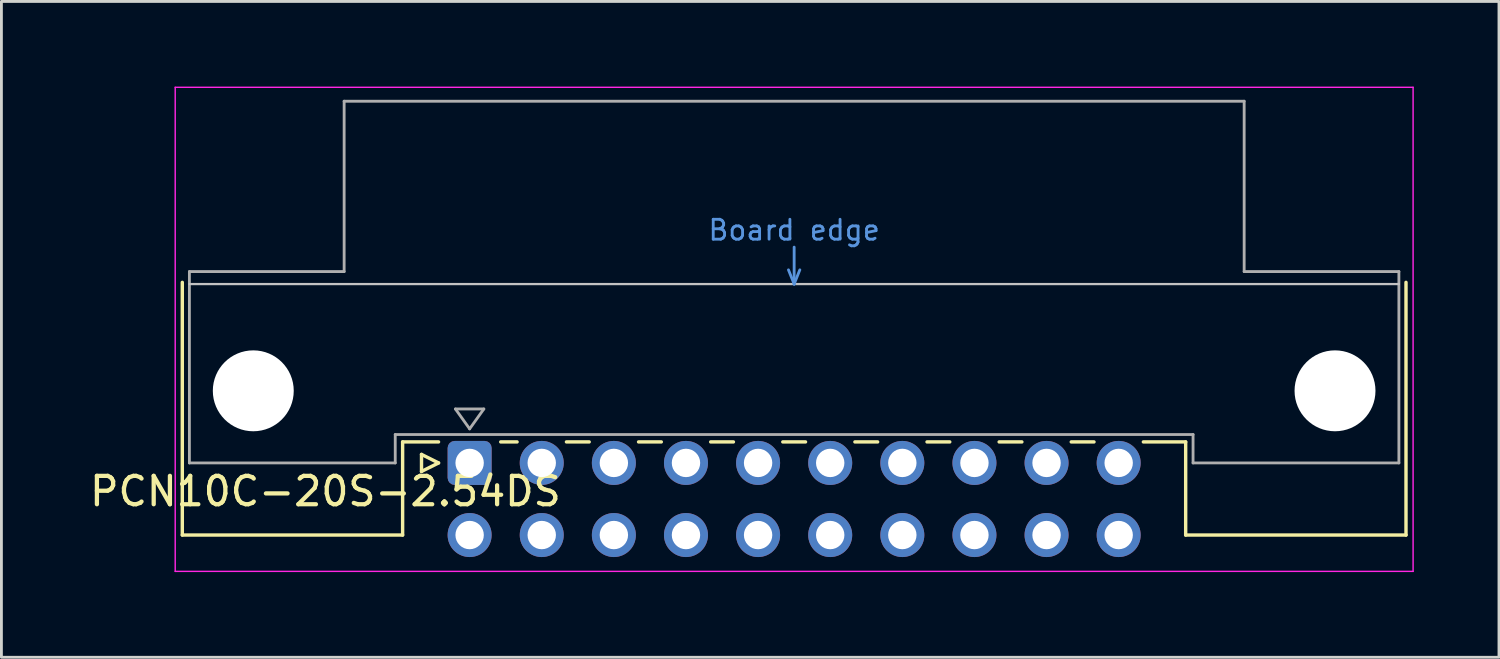
<source format=kicad_pcb>
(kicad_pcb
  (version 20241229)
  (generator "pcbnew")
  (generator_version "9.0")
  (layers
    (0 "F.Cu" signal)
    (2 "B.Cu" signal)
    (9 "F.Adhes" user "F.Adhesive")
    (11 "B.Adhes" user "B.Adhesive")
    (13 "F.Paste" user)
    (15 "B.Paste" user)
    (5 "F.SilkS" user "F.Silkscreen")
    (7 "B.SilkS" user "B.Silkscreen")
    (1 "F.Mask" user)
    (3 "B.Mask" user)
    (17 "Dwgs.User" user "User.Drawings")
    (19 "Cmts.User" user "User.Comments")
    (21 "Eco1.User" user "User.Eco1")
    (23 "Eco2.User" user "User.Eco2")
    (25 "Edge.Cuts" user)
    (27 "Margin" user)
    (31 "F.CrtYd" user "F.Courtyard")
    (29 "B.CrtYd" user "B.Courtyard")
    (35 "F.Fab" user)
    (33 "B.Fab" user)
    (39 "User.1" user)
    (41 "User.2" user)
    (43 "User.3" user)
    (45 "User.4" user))
  (footprint "PCN10C-20S-2.54DS"
    (layer "F.Cu")
    (at 13.491 13.255)
    (property "Reference" "PCN10C-20S-2.54DS" (at -5.08 1 0) (layer "F.SilkS") (effects (font (size 1 1) (thickness 0.15))))
    (attr through_hole)
    (fp_line (start -10.12 -6.36) (end -10.12 2.54) (stroke (width 0.12) (type solid)) (layer "F.SilkS"))
    (fp_line (start -10.12 2.54) (end -2.36 2.54) (stroke (width 0.12) (type solid)) (layer "F.SilkS"))
    (fp_line (start -2.361 -0.74) (end -1.095 -0.74) (stroke (width 0.12) (type solid)) (layer "F.SilkS"))
    (fp_line (start -2.36 2.54) (end -2.36 -0.74) (stroke (width 0.12) (type solid)) (layer "F.SilkS"))
    (fp_line (start -1.695 -0.3) (end -1.695 0.3) (stroke (width 0.12) (type solid)) (layer "F.SilkS"))
    (fp_line (start -1.695 0.3) (end -1.095 0) (stroke (width 0.12) (type solid)) (layer "F.SilkS"))
    (fp_line (start -1.095 0) (end -1.695 -0.3) (stroke (width 0.12) (type solid)) (layer "F.SilkS"))
    (fp_line (start 1.095 -0.74) (end 1.671 -0.74) (stroke (width 0.12) (type solid)) (layer "F.SilkS"))
    (fp_line (start 3.41 -0.74) (end 4.211 -0.74) (stroke (width 0.12) (type solid)) (layer "F.SilkS"))
    (fp_line (start 5.95 -0.74) (end 6.751 -0.74) (stroke (width 0.12) (type solid)) (layer "F.SilkS"))
    (fp_line (start 8.49 -0.74) (end 9.291 -0.74) (stroke (width 0.12) (type solid)) (layer "F.SilkS"))
    (fp_line (start 11.03 -0.74) (end 11.831 -0.74) (stroke (width 0.12) (type solid)) (layer "F.SilkS"))
    (fp_line (start 13.57 -0.74) (end 14.371 -0.74) (stroke (width 0.12) (type solid)) (layer "F.SilkS"))
    (fp_line (start 16.11 -0.74) (end 16.911 -0.74) (stroke (width 0.12) (type solid)) (layer "F.SilkS"))
    (fp_line (start 18.65 -0.74) (end 19.451 -0.74) (stroke (width 0.12) (type solid)) (layer "F.SilkS"))
    (fp_line (start 21.19 -0.74) (end 21.991 -0.74) (stroke (width 0.12) (type solid)) (layer "F.SilkS"))
    (fp_line (start 23.73 -0.74) (end 25.22 -0.74) (stroke (width 0.12) (type solid)) (layer "F.SilkS"))
    (fp_line (start 25.22 2.54) (end 25.22 -0.74) (stroke (width 0.12) (type solid)) (layer "F.SilkS"))
    (fp_line (start 32.98 -6.36) (end 32.98 2.54) (stroke (width 0.12) (type solid)) (layer "F.SilkS"))
    (fp_line (start 32.98 2.54) (end 25.22 2.54) (stroke (width 0.12) (type solid)) (layer "F.SilkS"))
    (fp_line (start -9.87 -6.3) (end 32.73 -6.3) (stroke (width 0.08) (type solid)) (layer "Dwgs.User"))
    (fp_line (start 11.23 -6.8) (end 11.43 -6.3) (stroke (width 0.1) (type solid)) (layer "Cmts.User"))
    (fp_line (start 11.43 -6.3) (end 11.43 -7.6) (stroke (width 0.1) (type solid)) (layer "Cmts.User"))
    (fp_line (start 11.43 -6.3) (end 11.63 -6.8) (stroke (width 0.1) (type solid)) (layer "Cmts.User"))
    (fp_line (start -10.37 -13.23) (end -10.37 3.82) (stroke (width 0.05) (type solid)) (layer "F.CrtYd"))
    (fp_line (start -10.37 3.82) (end 33.23 3.82) (stroke (width 0.05) (type solid)) (layer "F.CrtYd"))
    (fp_line (start 33.23 -13.23) (end -10.37 -13.23) (stroke (width 0.05) (type solid)) (layer "F.CrtYd"))
    (fp_line (start 33.23 3.82) (end 33.23 -13.23) (stroke (width 0.05) (type solid)) (layer "F.CrtYd"))
    (fp_line (start -9.87 -6.74) (end -9.87 0) (stroke (width 0.1) (type solid)) (layer "F.Fab"))
    (fp_line (start -9.87 0) (end -2.62 0) (stroke (width 0.1) (type solid)) (layer "F.Fab"))
    (fp_line (start -4.42 -12.74) (end -4.42 -6.74) (stroke (width 0.1) (type solid)) (layer "F.Fab"))
    (fp_line (start -4.42 -6.74) (end -9.87 -6.74) (stroke (width 0.1) (type solid)) (layer "F.Fab"))
    (fp_line (start -2.62 -1) (end 25.48 -1) (stroke (width 0.1) (type solid)) (layer "F.Fab"))
    (fp_line (start -2.62 0) (end -2.62 -1) (stroke (width 0.1) (type solid)) (layer "F.Fab"))
    (fp_line (start -0.5 -1.9) (end 0.5 -1.9) (stroke (width 0.1) (type solid)) (layer "F.Fab"))
    (fp_line (start 0 -1.2) (end -0.5 -1.9) (stroke (width 0.1) (type solid)) (layer "F.Fab"))
    (fp_line (start 0.5 -1.9) (end 0 -1.2) (stroke (width 0.1) (type solid)) (layer "F.Fab"))
    (fp_line (start 25.48 -1) (end 25.48 0) (stroke (width 0.1) (type solid)) (layer "F.Fab"))
    (fp_line (start 25.48 0) (end 32.73 0) (stroke (width 0.1) (type solid)) (layer "F.Fab"))
    (fp_line (start 27.28 -12.74) (end -4.42 -12.74) (stroke (width 0.1) (type solid)) (layer "F.Fab"))
    (fp_line (start 27.28 -6.74) (end 27.28 -12.74) (stroke (width 0.1) (type solid)) (layer "F.Fab"))
    (fp_line (start 32.73 -6.74) (end 27.28 -6.74) (stroke (width 0.1) (type solid)) (layer "F.Fab"))
    (fp_line (start 32.73 0) (end 32.73 -6.74) (stroke (width 0.1) (type solid)) (layer "F.Fab"))
    (fp_text user "Board edge" (at 11.43 -8.2 0) (layer "Cmts.User") (effects (font (size 0.7 0.7) (thickness 0.1))))
    (pad "" np_thru_hole circle (at -7.62 -2.54) (size 2.85 2.85) (drill 2.85) (layers "*.Cu" "*.Mask"))
    (pad "" np_thru_hole circle (at 30.48 -2.54) (size 2.85 2.85) (drill 2.85) (layers "*.Cu" "*.Mask"))
    (pad "a1" thru_hole roundrect (at 0 0) (size 1.55 1.55) (drill 1) (layers "*.Cu" "*.Mask") (roundrect_rratio 0.161))
    (pad "a2" thru_hole circle (at 2.54 0) (size 1.55 1.55) (drill 1) (layers "*.Cu" "*.Mask"))
    (pad "a3" thru_hole circle (at 5.08 0) (size 1.55 1.55) (drill 1) (layers "*.Cu" "*.Mask"))
    (pad "a4" thru_hole circle (at 7.62 0) (size 1.55 1.55) (drill 1) (layers "*.Cu" "*.Mask"))
    (pad "a5" thru_hole circle (at 10.16 0) (size 1.55 1.55) (drill 1) (layers "*.Cu" "*.Mask"))
    (pad "a6" thru_hole circle (at 12.7 0) (size 1.55 1.55) (drill 1) (layers "*.Cu" "*.Mask"))
    (pad "a7" thru_hole circle (at 15.24 0) (size 1.55 1.55) (drill 1) (layers "*.Cu" "*.Mask"))
    (pad "a8" thru_hole circle (at 17.78 0) (size 1.55 1.55) (drill 1) (layers "*.Cu" "*.Mask"))
    (pad "a9" thru_hole circle (at 20.32 0) (size 1.55 1.55) (drill 1) (layers "*.Cu" "*.Mask"))
    (pad "a10" thru_hole circle (at 22.86 0) (size 1.55 1.55) (drill 1) (layers "*.Cu" "*.Mask"))
    (pad "b1" thru_hole circle (at 0 2.54) (size 1.55 1.55) (drill 1) (layers "*.Cu" "*.Mask"))
    (pad "b2" thru_hole circle (at 2.54 2.54) (size 1.55 1.55) (drill 1) (layers "*.Cu" "*.Mask"))
    (pad "b3" thru_hole circle (at 5.08 2.54) (size 1.55 1.55) (drill 1) (layers "*.Cu" "*.Mask"))
    (pad "b4" thru_hole circle (at 7.62 2.54) (size 1.55 1.55) (drill 1) (layers "*.Cu" "*.Mask"))
    (pad "b5" thru_hole circle (at 10.16 2.54) (size 1.55 1.55) (drill 1) (layers "*.Cu" "*.Mask"))
    (pad "b6" thru_hole circle (at 12.7 2.54) (size 1.55 1.55) (drill 1) (layers "*.Cu" "*.Mask"))
    (pad "b7" thru_hole circle (at 15.24 2.54) (size 1.55 1.55) (drill 1) (layers "*.Cu" "*.Mask"))
    (pad "b8" thru_hole circle (at 17.78 2.54) (size 1.55 1.55) (drill 1) (layers "*.Cu" "*.Mask"))
    (pad "b9" thru_hole circle (at 20.32 2.54) (size 1.55 1.55) (drill 1) (layers "*.Cu" "*.Mask"))
    (pad "b10" thru_hole circle (at 22.86 2.54) (size 1.55 1.55) (drill 1) (layers "*.Cu" "*.Mask")))
  (gr_rect
    (start -3 -3)
    (end 49.746 20.1)
    (stroke (width 0.1) (type default))
    (fill no)
    (layer "Edge.Cuts")))
</source>
